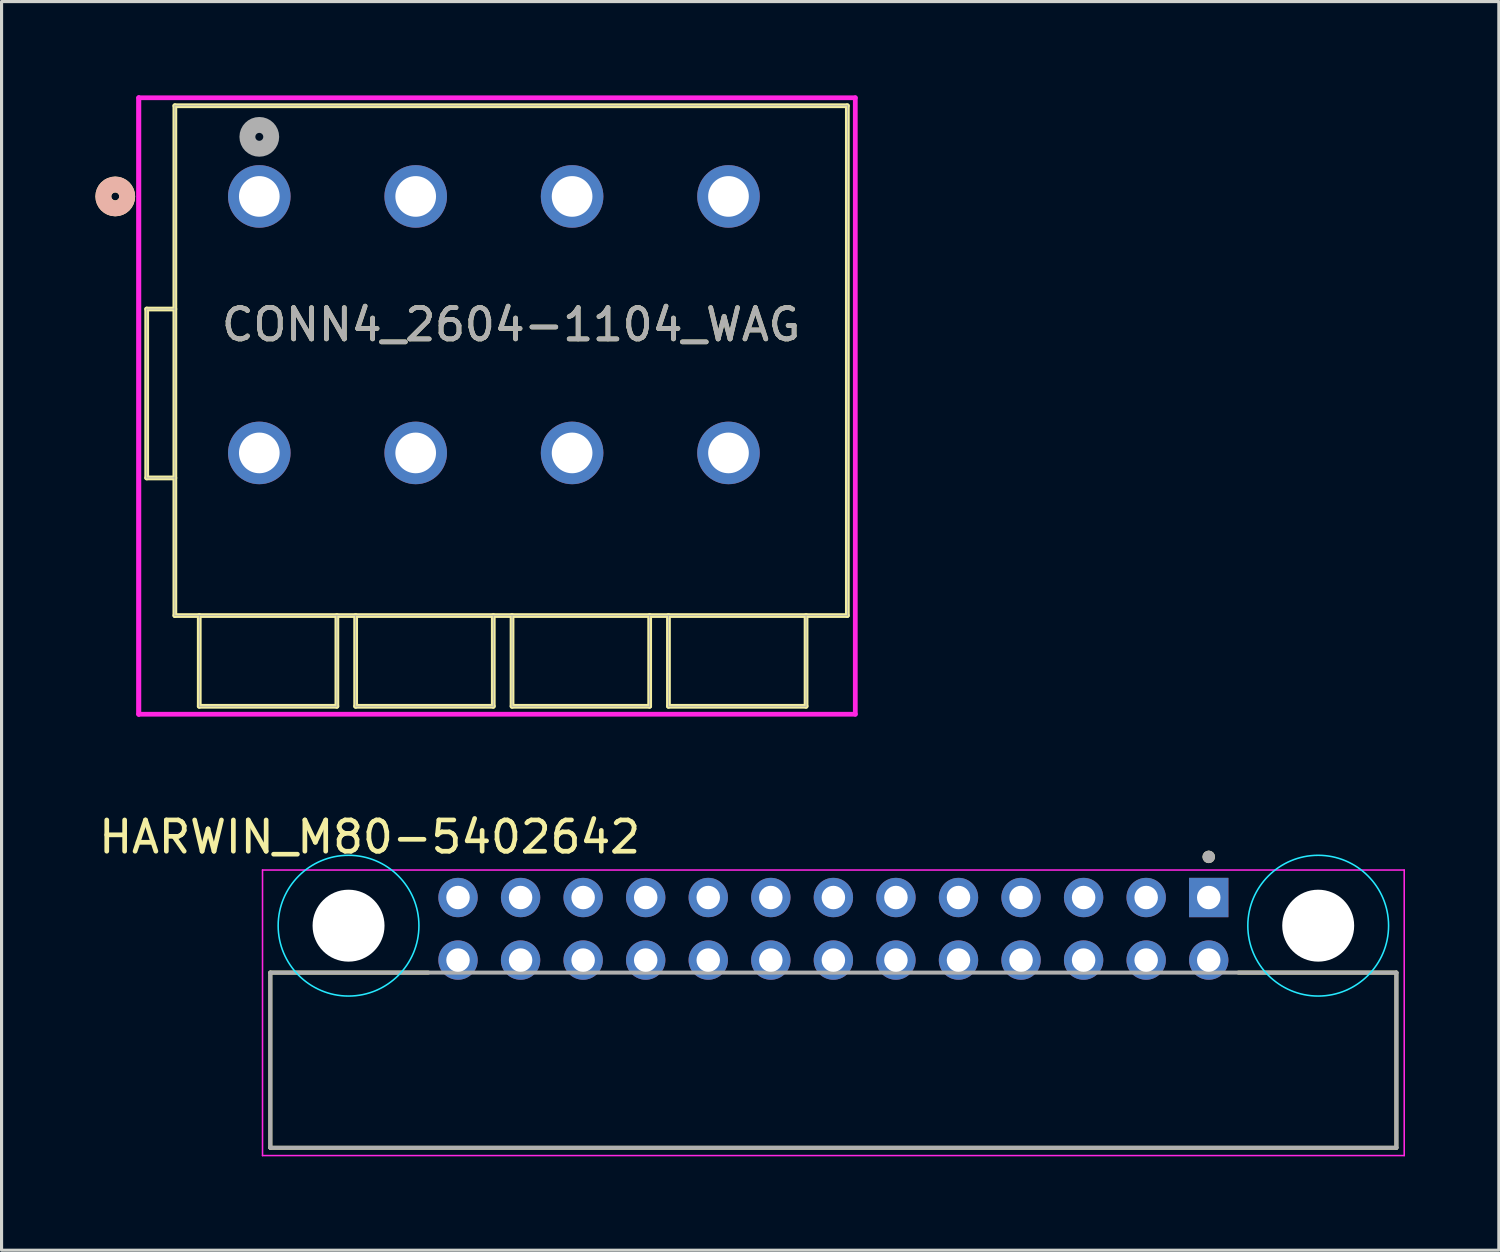
<source format=kicad_pcb>
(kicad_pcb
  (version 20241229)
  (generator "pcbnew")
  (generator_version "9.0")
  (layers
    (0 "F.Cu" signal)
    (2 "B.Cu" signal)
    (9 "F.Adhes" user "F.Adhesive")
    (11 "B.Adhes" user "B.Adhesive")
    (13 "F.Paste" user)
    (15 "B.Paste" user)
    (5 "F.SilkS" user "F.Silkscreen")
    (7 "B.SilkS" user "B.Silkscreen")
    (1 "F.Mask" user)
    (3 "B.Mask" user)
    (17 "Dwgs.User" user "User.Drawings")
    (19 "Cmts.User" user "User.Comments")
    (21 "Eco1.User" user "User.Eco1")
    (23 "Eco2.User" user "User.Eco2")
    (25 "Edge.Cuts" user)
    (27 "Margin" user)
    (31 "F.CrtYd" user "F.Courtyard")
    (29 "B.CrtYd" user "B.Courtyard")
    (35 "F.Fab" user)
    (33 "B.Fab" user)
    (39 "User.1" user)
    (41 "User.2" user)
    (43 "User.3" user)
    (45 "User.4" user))
  (footprint "CONN4_2604-1104_WAG"
    (layer "F.Cu")
    (at 5.24 3.23)
    (property "Reference" "CONN4_2604-1104_WAG" (at 8.05 4.1 0) (unlocked yes) (layer "F.SilkS") (effects (font (size 1 1) (thickness 0.15))))
    (attr through_hole)
    (fp_line (start -3.6 9) (end -3.6 3.6) (stroke (width 0.152) (type solid)) (layer "F.SilkS"))
    (fp_line (start -2.7 -2.9) (end 18.8 -2.9) (stroke (width 0.152) (type solid)) (layer "F.SilkS"))
    (fp_line (start -2.7 13.4) (end -2.7 -2.9) (stroke (width 0.152) (type solid)) (layer "F.SilkS"))
    (fp_line (start -2.7 13.4) (end 18.8 13.4) (stroke (width 0.152) (type solid)) (layer "F.SilkS"))
    (fp_line (start -2.7 3.6) (end -3.6 3.6) (stroke (width 0.152) (type solid)) (layer "F.SilkS"))
    (fp_line (start -2.7 9) (end -3.6 9) (stroke (width 0.152) (type solid)) (layer "F.SilkS"))
    (fp_line (start -1.92 13.4) (end -1.92 16.3) (stroke (width 0.152) (type solid)) (layer "F.SilkS"))
    (fp_line (start -1.92 16.3) (end 2.48 16.3) (stroke (width 0.152) (type solid)) (layer "F.SilkS"))
    (fp_line (start 2.48 13.4) (end 2.48 16.3) (stroke (width 0.152) (type solid)) (layer "F.SilkS"))
    (fp_line (start 3.08 13.4) (end 3.08 16.3) (stroke (width 0.152) (type solid)) (layer "F.SilkS"))
    (fp_line (start 3.08 16.3) (end 7.48 16.3) (stroke (width 0.152) (type solid)) (layer "F.SilkS"))
    (fp_line (start 7.48 13.4) (end 7.48 16.3) (stroke (width 0.152) (type solid)) (layer "F.SilkS"))
    (fp_line (start 8.08 13.4) (end 8.08 16.3) (stroke (width 0.152) (type solid)) (layer "F.SilkS"))
    (fp_line (start 8.08 16.3) (end 12.48 16.3) (stroke (width 0.152) (type solid)) (layer "F.SilkS"))
    (fp_line (start 12.48 13.4) (end 12.48 16.3) (stroke (width 0.152) (type solid)) (layer "F.SilkS"))
    (fp_line (start 13.08 13.4) (end 13.08 16.3) (stroke (width 0.152) (type solid)) (layer "F.SilkS"))
    (fp_line (start 13.08 16.3) (end 17.48 16.3) (stroke (width 0.152) (type solid)) (layer "F.SilkS"))
    (fp_line (start 17.48 13.4) (end 17.48 16.3) (stroke (width 0.152) (type solid)) (layer "F.SilkS"))
    (fp_line (start 18.8 -2.9) (end 18.8 13.4) (stroke (width 0.152) (type solid)) (layer "F.SilkS"))
    (fp_circle (center -4.605 0) (end -4.224 0) (stroke (width 0.508) (type solid)) (fill no) (layer "F.SilkS"))
    (fp_circle (center -4.605 0) (end -4.224 0) (stroke (width 0.508) (type solid)) (fill no) (layer "B.SilkS"))
    (fp_line (start -3.854 -3.154) (end -3.854 16.554) (stroke (width 0.152) (type solid)) (layer "F.CrtYd"))
    (fp_line (start -3.854 -3.154) (end -3.854 16.554) (stroke (width 0.152) (type solid)) (layer "F.CrtYd"))
    (fp_line (start -3.854 16.554) (end 19.054 16.554) (stroke (width 0.152) (type solid)) (layer "F.CrtYd"))
    (fp_line (start 19.054 -3.154) (end -3.854 -3.154) (stroke (width 0.152) (type solid)) (layer "F.CrtYd"))
    (fp_line (start 19.054 16.554) (end 19.054 -3.154) (stroke (width 0.152) (type solid)) (layer "F.CrtYd"))
    (fp_line (start -3.6 9) (end -3.6 3.6) (stroke (width 0.025) (type solid)) (layer "F.Fab"))
    (fp_line (start -2.7 -2.9) (end 18.8 -2.9) (stroke (width 0.025) (type solid)) (layer "F.Fab"))
    (fp_line (start -2.7 13.4) (end -2.7 -2.9) (stroke (width 0.025) (type solid)) (layer "F.Fab"))
    (fp_line (start -2.7 13.4) (end 18.8 13.4) (stroke (width 0.025) (type solid)) (layer "F.Fab"))
    (fp_line (start -2.7 3.6) (end -3.6 3.6) (stroke (width 0.025) (type solid)) (layer "F.Fab"))
    (fp_line (start -2.7 9) (end -3.6 9) (stroke (width 0.025) (type solid)) (layer "F.Fab"))
    (fp_line (start -1.92 13.4) (end -1.92 16.3) (stroke (width 0.025) (type solid)) (layer "F.Fab"))
    (fp_line (start -1.92 16.3) (end 2.48 16.3) (stroke (width 0.025) (type solid)) (layer "F.Fab"))
    (fp_line (start 2.48 13.4) (end 2.48 16.3) (stroke (width 0.025) (type solid)) (layer "F.Fab"))
    (fp_line (start 3.08 13.4) (end 3.08 16.3) (stroke (width 0.025) (type solid)) (layer "F.Fab"))
    (fp_line (start 3.08 16.3) (end 7.48 16.3) (stroke (width 0.025) (type solid)) (layer "F.Fab"))
    (fp_line (start 7.48 13.4) (end 7.48 16.3) (stroke (width 0.025) (type solid)) (layer "F.Fab"))
    (fp_line (start 8.08 13.4) (end 8.08 16.3) (stroke (width 0.025) (type solid)) (layer "F.Fab"))
    (fp_line (start 8.08 16.3) (end 12.48 16.3) (stroke (width 0.025) (type solid)) (layer "F.Fab"))
    (fp_line (start 12.48 13.4) (end 12.48 16.3) (stroke (width 0.025) (type solid)) (layer "F.Fab"))
    (fp_line (start 13.08 13.4) (end 13.08 16.3) (stroke (width 0.025) (type solid)) (layer "F.Fab"))
    (fp_line (start 13.08 16.3) (end 17.48 16.3) (stroke (width 0.025) (type solid)) (layer "F.Fab"))
    (fp_line (start 17.48 13.4) (end 17.48 16.3) (stroke (width 0.025) (type solid)) (layer "F.Fab"))
    (fp_line (start 18.8 -2.9) (end 18.8 13.4) (stroke (width 0.025) (type solid)) (layer "F.Fab"))
    (fp_circle (center 0 -1.905) (end 0.381 -1.905) (stroke (width 0.508) (type solid)) (fill no) (layer "F.Fab"))
    (fp_text user "${REFERENCE}" (at 8.05 4.1 0) (unlocked yes) (layer "F.Fab") (effects (font (size 1 1) (thickness 0.15))))
    (pad "1" thru_hole circle (at 0 0) (size 2 2) (drill 1.3) (layers "*.Cu" "*.Mask"))
    (pad "2" thru_hole circle (at 0 8.2) (size 2 2) (drill 1.3) (layers "*.Cu" "*.Mask"))
    (pad "3" thru_hole circle (at 5 0) (size 2 2) (drill 1.3) (layers "*.Cu" "*.Mask"))
    (pad "4" thru_hole circle (at 5 8.2) (size 2 2) (drill 1.3) (layers "*.Cu" "*.Mask"))
    (pad "5" thru_hole circle (at 10 0) (size 2 2) (drill 1.3) (layers "*.Cu" "*.Mask"))
    (pad "6" thru_hole circle (at 10 8.2) (size 2 2) (drill 1.3) (layers "*.Cu" "*.Mask"))
    (pad "7" thru_hole circle (at 15 0) (size 2 2) (drill 1.3) (layers "*.Cu" "*.Mask"))
    (pad "8" thru_hole circle (at 15 8.2) (size 2 2) (drill 1.3) (layers "*.Cu" "*.Mask")))
  (footprint "HARWIN_M80-5402642"
    (layer "F.Cu")
    (at 23.593 30.844)
    (property "Reference" "HARWIN_M80-5402642" (at -14.825 -7.135 0) (layer "F.SilkS") (effects (font (size 1 1) (thickness 0.15))))
    (attr through_hole)
    (fp_line (start -18 -2.8) (end -18 2.8) (stroke (width 0.127) (type solid)) (layer "F.SilkS"))
    (fp_line (start -18 2.8) (end 18 2.8) (stroke (width 0.127) (type solid)) (layer "F.SilkS"))
    (fp_line (start -12.949 -2.8) (end -18 -2.8) (stroke (width 0.127) (type solid)) (layer "F.SilkS"))
    (fp_line (start 18 -2.8) (end 12.949 -2.8) (stroke (width 0.127) (type solid)) (layer "F.SilkS"))
    (fp_line (start 18 2.8) (end 18 -2.8) (stroke (width 0.127) (type solid)) (layer "F.SilkS"))
    (fp_circle (center 12 -6.5) (end 12.1 -6.5) (stroke (width 0.2) (type solid)) (fill no) (layer "F.SilkS"))
    (fp_circle (center -15.5 -4.3) (end -13.25 -4.3) (stroke (width 0.05) (type solid)) (fill no) (layer "B.CrtYd"))
    (fp_circle (center 15.5 -4.3) (end 17.75 -4.3) (stroke (width 0.05) (type solid)) (fill no) (layer "B.CrtYd"))
    (fp_line (start -18.25 -6.079) (end -18.25 3.05) (stroke (width 0.05) (type solid)) (layer "F.CrtYd"))
    (fp_line (start -18.25 3.05) (end 18.25 3.05) (stroke (width 0.05) (type solid)) (layer "F.CrtYd"))
    (fp_line (start 18.25 -6.079) (end -18.25 -6.079) (stroke (width 0.05) (type solid)) (layer "F.CrtYd"))
    (fp_line (start 18.25 3.05) (end 18.25 -6.079) (stroke (width 0.05) (type solid)) (layer "F.CrtYd"))
    (fp_line (start -18 -2.8) (end -18 2.8) (stroke (width 0.127) (type solid)) (layer "F.Fab"))
    (fp_line (start -18 2.8) (end 18 2.8) (stroke (width 0.127) (type solid)) (layer "F.Fab"))
    (fp_line (start 18 -2.8) (end -18 -2.8) (stroke (width 0.127) (type solid)) (layer "F.Fab"))
    (fp_line (start 18 2.8) (end 18 -2.8) (stroke (width 0.127) (type solid)) (layer "F.Fab"))
    (fp_circle (center 12 -6.5) (end 12.1 -6.5) (stroke (width 0.2) (type solid)) (fill no) (layer "F.Fab"))
    (pad "" np_thru_hole circle (at -15.5 -4.3) (size 2.3 2.3) (drill 2.3) (layers "*.Cu" "*.Mask"))
    (pad "" np_thru_hole circle (at 15.5 -4.3) (size 2.3 2.3) (drill 2.3) (layers "*.Cu" "*.Mask"))
    (pad "1" thru_hole rect (at 12 -5.2) (size 1.258 1.258) (drill 0.75) (layers "*.Cu" "*.Mask"))
    (pad "2" thru_hole circle (at 10 -5.2) (size 1.258 1.258) (drill 0.75) (layers "*.Cu" "*.Mask"))
    (pad "3" thru_hole circle (at 8 -5.2) (size 1.258 1.258) (drill 0.75) (layers "*.Cu" "*.Mask"))
    (pad "4" thru_hole circle (at 6 -5.2) (size 1.258 1.258) (drill 0.75) (layers "*.Cu" "*.Mask"))
    (pad "5" thru_hole circle (at 4 -5.2) (size 1.258 1.258) (drill 0.75) (layers "*.Cu" "*.Mask"))
    (pad "6" thru_hole circle (at 2 -5.2) (size 1.258 1.258) (drill 0.75) (layers "*.Cu" "*.Mask"))
    (pad "7" thru_hole circle (at 0 -5.2) (size 1.258 1.258) (drill 0.75) (layers "*.Cu" "*.Mask"))
    (pad "8" thru_hole circle (at -2 -5.2) (size 1.258 1.258) (drill 0.75) (layers "*.Cu" "*.Mask"))
    (pad "9" thru_hole circle (at -4 -5.2) (size 1.258 1.258) (drill 0.75) (layers "*.Cu" "*.Mask"))
    (pad "10" thru_hole circle (at -6 -5.2) (size 1.258 1.258) (drill 0.75) (layers "*.Cu" "*.Mask"))
    (pad "11" thru_hole circle (at -8 -5.2) (size 1.258 1.258) (drill 0.75) (layers "*.Cu" "*.Mask"))
    (pad "12" thru_hole circle (at -10 -5.2) (size 1.258 1.258) (drill 0.75) (layers "*.Cu" "*.Mask"))
    (pad "13" thru_hole circle (at -12 -5.2) (size 1.258 1.258) (drill 0.75) (layers "*.Cu" "*.Mask"))
    (pad "14" thru_hole circle (at 12 -3.2) (size 1.258 1.258) (drill 0.75) (layers "*.Cu" "*.Mask"))
    (pad "15" thru_hole circle (at 10 -3.2) (size 1.258 1.258) (drill 0.75) (layers "*.Cu" "*.Mask"))
    (pad "16" thru_hole circle (at 8 -3.2) (size 1.258 1.258) (drill 0.75) (layers "*.Cu" "*.Mask"))
    (pad "17" thru_hole circle (at 6 -3.2) (size 1.258 1.258) (drill 0.75) (layers "*.Cu" "*.Mask"))
    (pad "18" thru_hole circle (at 4 -3.2) (size 1.258 1.258) (drill 0.75) (layers "*.Cu" "*.Mask"))
    (pad "19" thru_hole circle (at 2 -3.2) (size 1.258 1.258) (drill 0.75) (layers "*.Cu" "*.Mask"))
    (pad "20" thru_hole circle (at 0 -3.2) (size 1.258 1.258) (drill 0.75) (layers "*.Cu" "*.Mask"))
    (pad "21" thru_hole circle (at -2 -3.2) (size 1.258 1.258) (drill 0.75) (layers "*.Cu" "*.Mask"))
    (pad "22" thru_hole circle (at -4 -3.2) (size 1.258 1.258) (drill 0.75) (layers "*.Cu" "*.Mask"))
    (pad "23" thru_hole circle (at -6 -3.2) (size 1.258 1.258) (drill 0.75) (layers "*.Cu" "*.Mask"))
    (pad "24" thru_hole circle (at -8 -3.2) (size 1.258 1.258) (drill 0.75) (layers "*.Cu" "*.Mask"))
    (pad "25" thru_hole circle (at -10 -3.2) (size 1.258 1.258) (drill 0.75) (layers "*.Cu" "*.Mask"))
    (pad "26" thru_hole circle (at -12 -3.2) (size 1.258 1.258) (drill 0.75) (layers "*.Cu" "*.Mask"))
    (zone (net_name "") (layers "F.Cu" "B.Cu") (hatch full 0.508) (connect_pads) (min_thickness 2) (filled_areas_thickness no) (keepout (tracks allowed) (vias not_allowed) (pads allowed) (copperpour allowed) (footprints allowed)) (placement (enabled no)) (fill) (polygon (pts (xy 10.093 26.544) (xy 10.083 26.74) (xy 10.054 26.934) (xy 10.007 27.124) (xy 9.941 27.309) (xy 9.857 27.486) (xy 9.756 27.655) (xy 9.639 27.812) (xy 9.507 27.958) (xy 9.362 28.09) (xy 9.204 28.207) (xy 9.036 28.307) (xy 8.858 28.391) (xy 8.673 28.458) (xy 8.483 28.505) (xy 8.289 28.534) (xy 8.093 28.544) (xy 7.897 28.534) (xy 7.703 28.505) (xy 7.512 28.458) (xy 7.327 28.391) (xy 7.15 28.307) (xy 6.982 28.207) (xy 6.824 28.09) (xy 6.679 27.958) (xy 6.547 27.812) (xy 6.43 27.655) (xy 6.329 27.486) (xy 6.245 27.309) (xy 6.179 27.124) (xy 6.131 26.934) (xy 6.102 26.74) (xy 6.093 26.544) (xy 6.102 26.348) (xy 6.131 26.153) (xy 6.179 25.963) (xy 6.245 25.778) (xy 6.329 25.601) (xy 6.43 25.433) (xy 6.547 25.275) (xy 6.679 25.129) (xy 6.824 24.998) (xy 6.982 24.881) (xy 7.15 24.78) (xy 7.327 24.696) (xy 7.512 24.63) (xy 7.703 24.582) (xy 7.897 24.553) (xy 8.093 24.544) (xy 8.289 24.553) (xy 8.483 24.582) (xy 8.673 24.63) (xy 8.858 24.696) (xy 9.036 24.78) (xy 9.204 24.881) (xy 9.362 24.998) (xy 9.507 25.129) (xy 9.639 25.275) (xy 9.756 25.433) (xy 9.857 25.601) (xy 9.941 25.778) (xy 10.007 25.963) (xy 10.054 26.153) (xy 10.083 26.348))))
    (zone (net_name "") (layers "F.Cu" "B.Cu") (hatch full 0.508) (connect_pads) (min_thickness 2) (filled_areas_thickness no) (keepout (tracks allowed) (vias not_allowed) (pads allowed) (copperpour allowed) (footprints allowed)) (placement (enabled no)) (fill) (polygon (pts (xy 41.093 26.544) (xy 41.083 26.74) (xy 41.054 26.934) (xy 41.007 27.124) (xy 40.941 27.309) (xy 40.857 27.486) (xy 40.756 27.655) (xy 40.639 27.812) (xy 40.507 27.958) (xy 40.362 28.09) (xy 40.204 28.207) (xy 40.036 28.307) (xy 39.858 28.391) (xy 39.673 28.458) (xy 39.483 28.505) (xy 39.289 28.534) (xy 39.093 28.544) (xy 38.897 28.534) (xy 38.703 28.505) (xy 38.512 28.458) (xy 38.327 28.391) (xy 38.15 28.307) (xy 37.982 28.207) (xy 37.824 28.09) (xy 37.679 27.958) (xy 37.547 27.812) (xy 37.43 27.655) (xy 37.329 27.486) (xy 37.245 27.309) (xy 37.179 27.124) (xy 37.131 26.934) (xy 37.102 26.74) (xy 37.093 26.544) (xy 37.102 26.348) (xy 37.131 26.153) (xy 37.179 25.963) (xy 37.245 25.778) (xy 37.329 25.601) (xy 37.43 25.433) (xy 37.547 25.275) (xy 37.679 25.129) (xy 37.824 24.998) (xy 37.982 24.881) (xy 38.15 24.78) (xy 38.327 24.696) (xy 38.512 24.63) (xy 38.703 24.582) (xy 38.897 24.553) (xy 39.093 24.544) (xy 39.289 24.553) (xy 39.483 24.582) (xy 39.673 24.63) (xy 39.858 24.696) (xy 40.036 24.78) (xy 40.204 24.881) (xy 40.362 24.998) (xy 40.507 25.129) (xy 40.639 25.275) (xy 40.756 25.433) (xy 40.857 25.601) (xy 40.941 25.778) (xy 41.007 25.963) (xy 41.054 26.153) (xy 41.083 26.348))))
    (zone (net_name "") (layer "B.Cu") (hatch full 0.508) (connect_pads) (min_thickness 2) (filled_areas_thickness no) (keepout (tracks not_allowed) (vias not_allowed) (pads not_allowed) (copperpour not_allowed) (footprints allowed)) (placement (enabled no)) (fill) (polygon (pts (xy 10.093 26.544) (xy 10.083 26.74) (xy 10.054 26.934) (xy 10.007 27.124) (xy 9.941 27.309) (xy 9.857 27.486) (xy 9.756 27.655) (xy 9.639 27.812) (xy 9.507 27.958) (xy 9.362 28.09) (xy 9.204 28.207) (xy 9.036 28.307) (xy 8.858 28.391) (xy 8.673 28.458) (xy 8.483 28.505) (xy 8.289 28.534) (xy 8.093 28.544) (xy 7.897 28.534) (xy 7.703 28.505) (xy 7.512 28.458) (xy 7.327 28.391) (xy 7.15 28.307) (xy 6.982 28.207) (xy 6.824 28.09) (xy 6.679 27.958) (xy 6.547 27.812) (xy 6.43 27.655) (xy 6.329 27.486) (xy 6.245 27.309) (xy 6.179 27.124) (xy 6.131 26.934) (xy 6.102 26.74) (xy 6.093 26.544) (xy 6.102 26.348) (xy 6.131 26.153) (xy 6.179 25.963) (xy 6.245 25.778) (xy 6.329 25.601) (xy 6.43 25.433) (xy 6.547 25.275) (xy 6.679 25.129) (xy 6.824 24.998) (xy 6.982 24.881) (xy 7.15 24.78) (xy 7.327 24.696) (xy 7.512 24.63) (xy 7.703 24.582) (xy 7.897 24.553) (xy 8.093 24.544) (xy 8.289 24.553) (xy 8.483 24.582) (xy 8.673 24.63) (xy 8.858 24.696) (xy 9.036 24.78) (xy 9.204 24.881) (xy 9.362 24.998) (xy 9.507 25.129) (xy 9.639 25.275) (xy 9.756 25.433) (xy 9.857 25.601) (xy 9.941 25.778) (xy 10.007 25.963) (xy 10.054 26.153) (xy 10.083 26.348))))
    (zone (net_name "") (layer "B.Cu") (hatch full 0.508) (connect_pads) (min_thickness 2) (filled_areas_thickness no) (keepout (tracks not_allowed) (vias not_allowed) (pads not_allowed) (copperpour not_allowed) (footprints allowed)) (placement (enabled no)) (fill) (polygon (pts (xy 41.093 26.544) (xy 41.083 26.74) (xy 41.054 26.934) (xy 41.007 27.124) (xy 40.941 27.309) (xy 40.857 27.486) (xy 40.756 27.655) (xy 40.639 27.812) (xy 40.507 27.958) (xy 40.362 28.09) (xy 40.204 28.207) (xy 40.036 28.307) (xy 39.858 28.391) (xy 39.673 28.458) (xy 39.483 28.505) (xy 39.289 28.534) (xy 39.093 28.544) (xy 38.897 28.534) (xy 38.703 28.505) (xy 38.512 28.458) (xy 38.327 28.391) (xy 38.15 28.307) (xy 37.982 28.207) (xy 37.824 28.09) (xy 37.679 27.958) (xy 37.547 27.812) (xy 37.43 27.655) (xy 37.329 27.486) (xy 37.245 27.309) (xy 37.179 27.124) (xy 37.131 26.934) (xy 37.102 26.74) (xy 37.093 26.544) (xy 37.102 26.348) (xy 37.131 26.153) (xy 37.179 25.963) (xy 37.245 25.778) (xy 37.329 25.601) (xy 37.43 25.433) (xy 37.547 25.275) (xy 37.679 25.129) (xy 37.824 24.998) (xy 37.982 24.881) (xy 38.15 24.78) (xy 38.327 24.696) (xy 38.512 24.63) (xy 38.703 24.582) (xy 38.897 24.553) (xy 39.093 24.544) (xy 39.289 24.553) (xy 39.483 24.582) (xy 39.673 24.63) (xy 39.858 24.696) (xy 40.036 24.78) (xy 40.204 24.881) (xy 40.362 24.998) (xy 40.507 25.129) (xy 40.639 25.275) (xy 40.756 25.433) (xy 40.857 25.601) (xy 40.941 25.778) (xy 41.007 25.963) (xy 41.054 26.153) (xy 41.083 26.348)))))
  (gr_rect
    (start -3 -3)
    (end 44.868 36.919)
    (stroke (width 0.1) (type default))
    (fill no)
    (layer "Edge.Cuts")))
</source>
